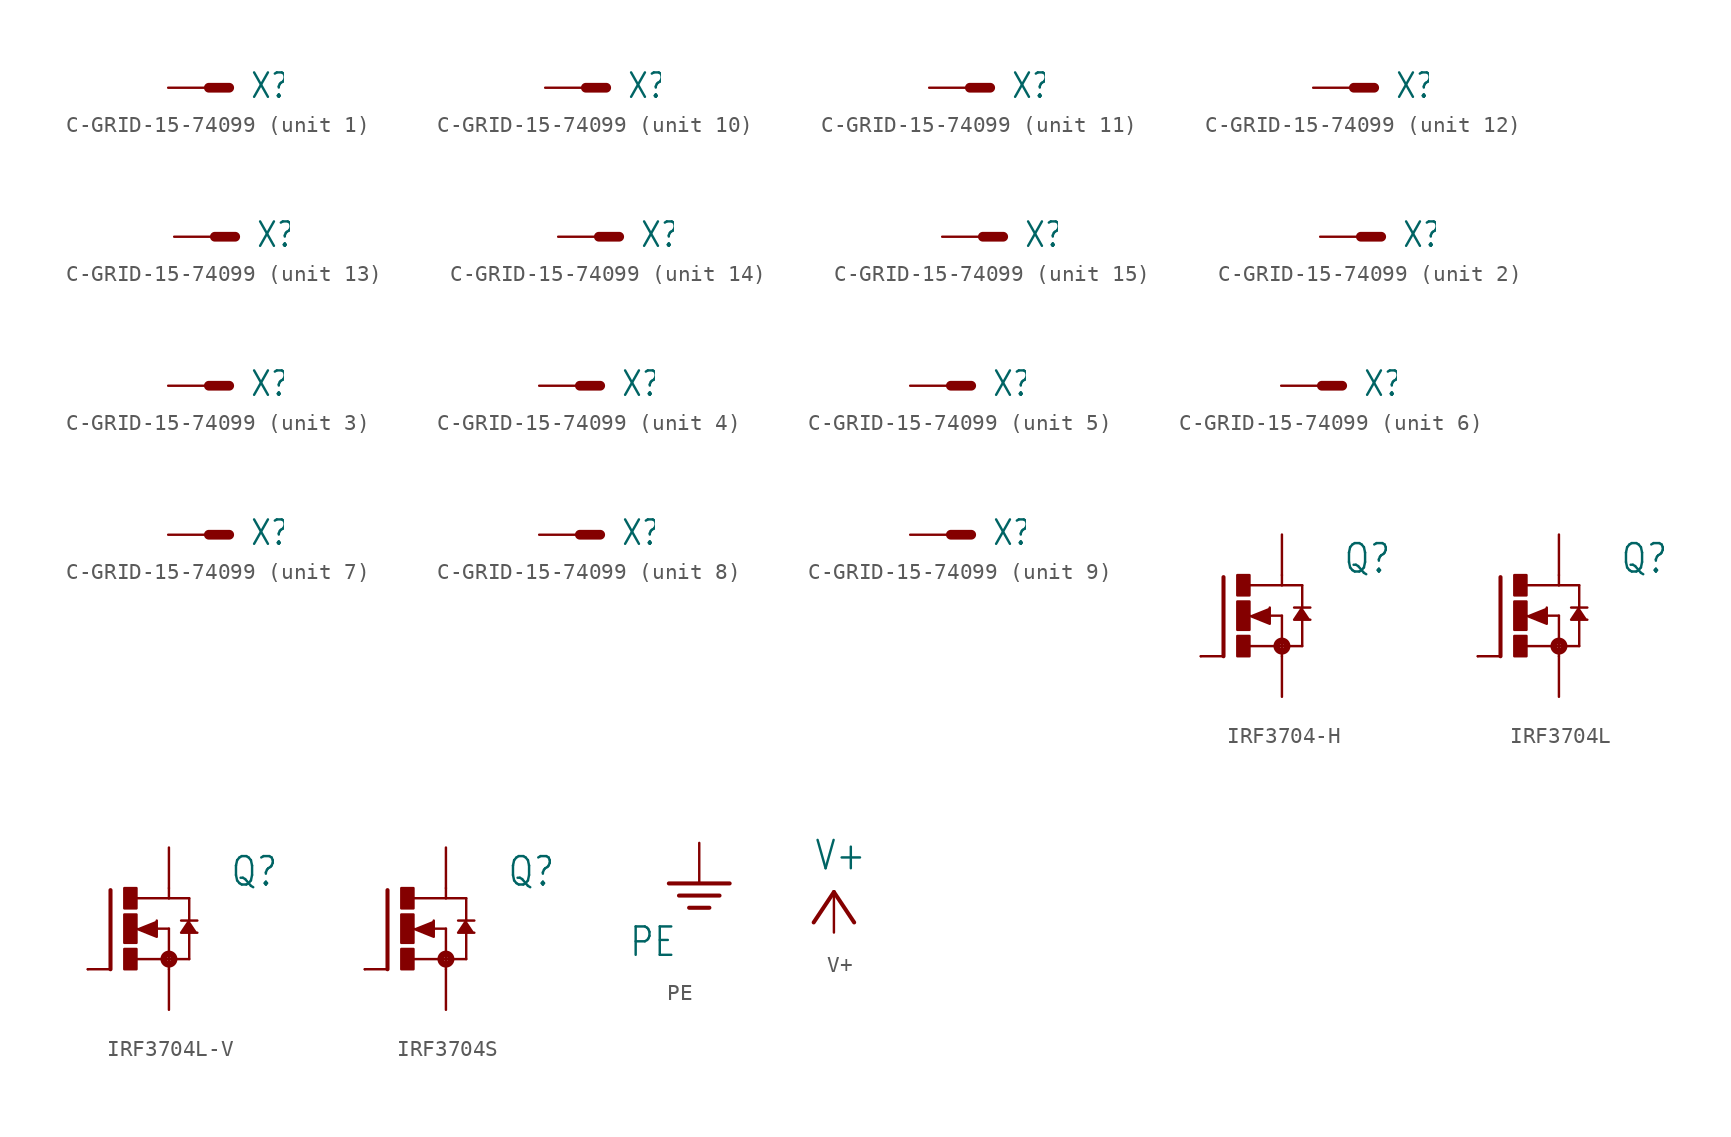
<source format=kicad_sym>
(kicad_symbol_lib
  (version 20220914)
  (generator kicad_symbol_editor)
  (symbol "C-GRID-15-74099"
    (property "Reference" "X"
      (at 2.54 -0.762 0)
      (effects (font (size 1.524 1.295)) (justify left bottom)))
    (property "ki_locked" ""
      (at 0 0 0)
      (effects (font (size 1.27 1.27))))
    (symbol "C-GRID-15-74099_1_0"
      (polyline (pts (xy 1.27 0) (xy 0 0)) (stroke (width 0.61) (type solid)) (fill (type none)))
      (pin passive line (at -2.54 0 0) (length 2.54) (name "S" (effects (font (size 0 0)))) (number "1" (effects (font (size 0 0))))))
    (symbol "C-GRID-15-74099_2_0"
      (polyline (pts (xy 1.27 0) (xy 0 0)) (stroke (width 0.61) (type solid)) (fill (type none)))
      (pin passive line (at -2.54 0 0) (length 2.54) (name "S" (effects (font (size 0 0)))) (number "2" (effects (font (size 0 0))))))
    (symbol "C-GRID-15-74099_3_0"
      (polyline (pts (xy 1.27 0) (xy 0 0)) (stroke (width 0.61) (type solid)) (fill (type none)))
      (pin passive line (at -2.54 0 0) (length 2.54) (name "S" (effects (font (size 0 0)))) (number "3" (effects (font (size 0 0))))))
    (symbol "C-GRID-15-74099_4_0"
      (polyline (pts (xy 1.27 0) (xy 0 0)) (stroke (width 0.61) (type solid)) (fill (type none)))
      (pin passive line (at -2.54 0 0) (length 2.54) (name "S" (effects (font (size 0 0)))) (number "4" (effects (font (size 0 0))))))
    (symbol "C-GRID-15-74099_5_0"
      (polyline (pts (xy 1.27 0) (xy 0 0)) (stroke (width 0.61) (type solid)) (fill (type none)))
      (pin passive line (at -2.54 0 0) (length 2.54) (name "S" (effects (font (size 0 0)))) (number "5" (effects (font (size 0 0))))))
    (symbol "C-GRID-15-74099_6_0"
      (polyline (pts (xy 1.27 0) (xy 0 0)) (stroke (width 0.61) (type solid)) (fill (type none)))
      (pin passive line (at -2.54 0 0) (length 2.54) (name "S" (effects (font (size 0 0)))) (number "6" (effects (font (size 0 0))))))
    (symbol "C-GRID-15-74099_7_0"
      (polyline (pts (xy 1.27 0) (xy 0 0)) (stroke (width 0.61) (type solid)) (fill (type none)))
      (pin passive line (at -2.54 0 0) (length 2.54) (name "S" (effects (font (size 0 0)))) (number "7" (effects (font (size 0 0))))))
    (symbol "C-GRID-15-74099_8_0"
      (polyline (pts (xy 1.27 0) (xy 0 0)) (stroke (width 0.61) (type solid)) (fill (type none)))
      (pin passive line (at -2.54 0 0) (length 2.54) (name "S" (effects (font (size 0 0)))) (number "8" (effects (font (size 0 0))))))
    (symbol "C-GRID-15-74099_9_0"
      (polyline (pts (xy 1.27 0) (xy 0 0)) (stroke (width 0.61) (type solid)) (fill (type none)))
      (pin passive line (at -2.54 0 0) (length 2.54) (name "S" (effects (font (size 0 0)))) (number "9" (effects (font (size 0 0))))))
    (symbol "C-GRID-15-74099_10_0"
      (polyline (pts (xy 1.27 0) (xy 0 0)) (stroke (width 0.61) (type solid)) (fill (type none)))
      (pin passive line (at -2.54 0 0) (length 2.54) (name "S" (effects (font (size 0 0)))) (number "10" (effects (font (size 0 0))))))
    (symbol "C-GRID-15-74099_11_0"
      (polyline (pts (xy 1.27 0) (xy 0 0)) (stroke (width 0.61) (type solid)) (fill (type none)))
      (pin passive line (at -2.54 0 0) (length 2.54) (name "S" (effects (font (size 0 0)))) (number "11" (effects (font (size 0 0))))))
    (symbol "C-GRID-15-74099_12_0"
      (polyline (pts (xy 1.27 0) (xy 0 0)) (stroke (width 0.61) (type solid)) (fill (type none)))
      (pin passive line (at -2.54 0 0) (length 2.54) (name "S" (effects (font (size 0 0)))) (number "12" (effects (font (size 0 0))))))
    (symbol "C-GRID-15-74099_13_0"
      (polyline (pts (xy 1.27 0) (xy 0 0)) (stroke (width 0.61) (type solid)) (fill (type none)))
      (pin passive line (at -2.54 0 0) (length 2.54) (name "S" (effects (font (size 0 0)))) (number "13" (effects (font (size 0 0))))))
    (symbol "C-GRID-15-74099_14_0"
      (polyline (pts (xy 1.27 0) (xy 0 0)) (stroke (width 0.61) (type solid)) (fill (type none)))
      (pin passive line (at -2.54 0 0) (length 2.54) (name "S" (effects (font (size 0 0)))) (number "14" (effects (font (size 0 0))))))
    (symbol "C-GRID-15-74099_15_0"
      (polyline (pts (xy 1.27 0) (xy 0 0)) (stroke (width 0.61) (type solid)) (fill (type none)))
      (pin passive line (at -2.54 0 0) (length 2.54) (name "S" (effects (font (size 0 0)))) (number "15" (effects (font (size 0 0)))))))
  (symbol "IRF3704-H"
    (property "Reference" "Q"
      (at 6.35 2.54 0)
      (effects (font (size 1.778 1.511)) (justify left bottom)))
    (property "Value" ""
      (at 6.35 0 0)
      (effects (font (size 1.778 1.511)) (justify left bottom)))
    (property "ki_locked" ""
      (at 0 0 0)
      (effects (font (size 1.27 1.27))))
    (symbol "IRF3704-H_1_0"
      (rectangle (start -0.254 -2.54) (end 0.508 -1.27) (stroke (width 0) (type default)) (fill (type outline)))
      (rectangle (start -0.254 -0.889) (end 0.508 0.889) (stroke (width 0) (type default)) (fill (type outline)))
      (rectangle (start -0.254 1.27) (end 0.508 2.54) (stroke (width 0) (type default)) (fill (type outline)))
      (polyline (pts (xy -1.118 -2.54) (xy -2.54 -2.54)) (stroke (width 0.152) (type solid)) (fill (type none)))
      (polyline (pts (xy -1.118 2.413) (xy -1.118 -2.54)) (stroke (width 0.254) (type solid)) (fill (type none)))
      (polyline (pts (xy 0.508 -1.905) (xy 2.54 -1.905)) (stroke (width 0.152) (type solid)) (fill (type none)))
      (polyline (pts (xy 1.651 0) (xy 2.54 0)) (stroke (width 0.152) (type solid)) (fill (type none)))
      (polyline (pts (xy 2.54 -1.905) (xy 2.54 -2.54)) (stroke (width 0.152) (type solid)) (fill (type none)))
      (polyline (pts (xy 2.54 0) (xy 2.54 -1.905)) (stroke (width 0.152) (type solid)) (fill (type none)))
      (polyline (pts (xy 2.54 1.905) (xy 0.533 1.905)) (stroke (width 0.152) (type solid)) (fill (type none)))
      (polyline (pts (xy 2.54 2.54) (xy 2.54 1.905)) (stroke (width 0.152) (type solid)) (fill (type none)))
      (polyline (pts (xy 3.302 0.508) (xy 3.81 0.508)) (stroke (width 0.152) (type solid)) (fill (type none)))
      (polyline (pts (xy 3.81 -1.905) (xy 2.54 -1.905)) (stroke (width 0.152) (type solid)) (fill (type none)))
      (polyline (pts (xy 3.81 -1.905) (xy 3.81 -0.127)) (stroke (width 0.152) (type solid)) (fill (type none)))
      (polyline (pts (xy 3.81 0.508) (xy 3.81 1.905)) (stroke (width 0.152) (type solid)) (fill (type none)))
      (polyline (pts (xy 3.81 0.508) (xy 4.318 0.508)) (stroke (width 0.152) (type solid)) (fill (type none)))
      (polyline (pts (xy 3.81 1.905) (xy 2.54 1.905)) (stroke (width 0.152) (type solid)) (fill (type none)))
      (polyline (pts (xy 0.508 0) (xy 1.778 -0.508) (xy 1.778 0.508)) (stroke (width 0.152) (type solid)) (fill (type outline)))
      (polyline (pts (xy 3.81 0.508) (xy 3.302 -0.254) (xy 4.318 -0.254)) (stroke (width 0.152) (type solid)) (fill (type outline)))
      (circle (center 2.54 -1.905) (radius 0.127) (stroke (width 0.406) (type solid)) (fill (type none)))
      (pin passive line (at 2.54 5.08 270) (length 2.54) (name "D" (effects (font (size 0 0)))) (number "D" (effects (font (size 0 0)))))
      (pin passive line (at -2.54 -2.54 0) (length 0) (name "G" (effects (font (size 0 0)))) (number "G" (effects (font (size 0 0)))))
      (pin passive line (at 2.54 -5.08 90) (length 2.54) (name "S" (effects (font (size 0 0)))) (number "S" (effects (font (size 0 0)))))))
  (symbol "IRF3704L"
    (property "Reference" "Q"
      (at 6.35 2.54 0)
      (effects (font (size 1.778 1.511)) (justify left bottom)))
    (property "Value" ""
      (at 6.35 0 0)
      (effects (font (size 1.778 1.511)) (justify left bottom)))
    (property "ki_locked" ""
      (at 0 0 0)
      (effects (font (size 1.27 1.27))))
    (symbol "IRF3704L_1_0"
      (rectangle (start -0.254 -2.54) (end 0.508 -1.27) (stroke (width 0) (type default)) (fill (type outline)))
      (rectangle (start -0.254 -0.889) (end 0.508 0.889) (stroke (width 0) (type default)) (fill (type outline)))
      (rectangle (start -0.254 1.27) (end 0.508 2.54) (stroke (width 0) (type default)) (fill (type outline)))
      (polyline (pts (xy -1.118 -2.54) (xy -2.54 -2.54)) (stroke (width 0.152) (type solid)) (fill (type none)))
      (polyline (pts (xy -1.118 2.413) (xy -1.118 -2.54)) (stroke (width 0.254) (type solid)) (fill (type none)))
      (polyline (pts (xy 0.508 -1.905) (xy 2.54 -1.905)) (stroke (width 0.152) (type solid)) (fill (type none)))
      (polyline (pts (xy 1.651 0) (xy 2.54 0)) (stroke (width 0.152) (type solid)) (fill (type none)))
      (polyline (pts (xy 2.54 -1.905) (xy 2.54 -2.54)) (stroke (width 0.152) (type solid)) (fill (type none)))
      (polyline (pts (xy 2.54 0) (xy 2.54 -1.905)) (stroke (width 0.152) (type solid)) (fill (type none)))
      (polyline (pts (xy 2.54 1.905) (xy 0.533 1.905)) (stroke (width 0.152) (type solid)) (fill (type none)))
      (polyline (pts (xy 2.54 2.54) (xy 2.54 1.905)) (stroke (width 0.152) (type solid)) (fill (type none)))
      (polyline (pts (xy 3.302 0.508) (xy 3.81 0.508)) (stroke (width 0.152) (type solid)) (fill (type none)))
      (polyline (pts (xy 3.81 -1.905) (xy 2.54 -1.905)) (stroke (width 0.152) (type solid)) (fill (type none)))
      (polyline (pts (xy 3.81 -1.905) (xy 3.81 -0.127)) (stroke (width 0.152) (type solid)) (fill (type none)))
      (polyline (pts (xy 3.81 0.508) (xy 3.81 1.905)) (stroke (width 0.152) (type solid)) (fill (type none)))
      (polyline (pts (xy 3.81 0.508) (xy 4.318 0.508)) (stroke (width 0.152) (type solid)) (fill (type none)))
      (polyline (pts (xy 3.81 1.905) (xy 2.54 1.905)) (stroke (width 0.152) (type solid)) (fill (type none)))
      (polyline (pts (xy 0.508 0) (xy 1.778 -0.508) (xy 1.778 0.508)) (stroke (width 0.152) (type solid)) (fill (type outline)))
      (polyline (pts (xy 3.81 0.508) (xy 3.302 -0.254) (xy 4.318 -0.254)) (stroke (width 0.152) (type solid)) (fill (type outline)))
      (circle (center 2.54 -1.905) (radius 0.127) (stroke (width 0.406) (type solid)) (fill (type none)))
      (pin passive line (at -2.54 -2.54 0) (length 0) (name "G" (effects (font (size 0 0)))) (number "1" (effects (font (size 0 0)))))
      (pin passive line (at 2.54 5.08 270) (length 2.54) (name "D" (effects (font (size 0 0)))) (number "2" (effects (font (size 0 0)))))
      (pin passive line (at 2.54 -5.08 90) (length 2.54) (name "S" (effects (font (size 0 0)))) (number "3" (effects (font (size 0 0)))))))
  (symbol "IRF3704L-V"
    (property "Reference" "Q"
      (at 6.35 2.54 0)
      (effects (font (size 1.778 1.511)) (justify left bottom)))
    (property "Value" ""
      (at 6.35 0 0)
      (effects (font (size 1.778 1.511)) (justify left bottom)))
    (property "ki_locked" ""
      (at 0 0 0)
      (effects (font (size 1.27 1.27))))
    (symbol "IRF3704L-V_1_0"
      (rectangle (start -0.254 -2.54) (end 0.508 -1.27) (stroke (width 0) (type default)) (fill (type outline)))
      (rectangle (start -0.254 -0.889) (end 0.508 0.889) (stroke (width 0) (type default)) (fill (type outline)))
      (rectangle (start -0.254 1.27) (end 0.508 2.54) (stroke (width 0) (type default)) (fill (type outline)))
      (polyline (pts (xy -1.118 -2.54) (xy -2.54 -2.54)) (stroke (width 0.152) (type solid)) (fill (type none)))
      (polyline (pts (xy -1.118 2.413) (xy -1.118 -2.54)) (stroke (width 0.254) (type solid)) (fill (type none)))
      (polyline (pts (xy 0.508 -1.905) (xy 2.54 -1.905)) (stroke (width 0.152) (type solid)) (fill (type none)))
      (polyline (pts (xy 1.651 0) (xy 2.54 0)) (stroke (width 0.152) (type solid)) (fill (type none)))
      (polyline (pts (xy 2.54 -1.905) (xy 2.54 -2.54)) (stroke (width 0.152) (type solid)) (fill (type none)))
      (polyline (pts (xy 2.54 0) (xy 2.54 -1.905)) (stroke (width 0.152) (type solid)) (fill (type none)))
      (polyline (pts (xy 2.54 1.905) (xy 0.533 1.905)) (stroke (width 0.152) (type solid)) (fill (type none)))
      (polyline (pts (xy 2.54 2.54) (xy 2.54 1.905)) (stroke (width 0.152) (type solid)) (fill (type none)))
      (polyline (pts (xy 3.302 0.508) (xy 3.81 0.508)) (stroke (width 0.152) (type solid)) (fill (type none)))
      (polyline (pts (xy 3.81 -1.905) (xy 2.54 -1.905)) (stroke (width 0.152) (type solid)) (fill (type none)))
      (polyline (pts (xy 3.81 -1.905) (xy 3.81 -0.127)) (stroke (width 0.152) (type solid)) (fill (type none)))
      (polyline (pts (xy 3.81 0.508) (xy 3.81 1.905)) (stroke (width 0.152) (type solid)) (fill (type none)))
      (polyline (pts (xy 3.81 0.508) (xy 4.318 0.508)) (stroke (width 0.152) (type solid)) (fill (type none)))
      (polyline (pts (xy 3.81 1.905) (xy 2.54 1.905)) (stroke (width 0.152) (type solid)) (fill (type none)))
      (polyline (pts (xy 0.508 0) (xy 1.778 -0.508) (xy 1.778 0.508)) (stroke (width 0.152) (type solid)) (fill (type outline)))
      (polyline (pts (xy 3.81 0.508) (xy 3.302 -0.254) (xy 4.318 -0.254)) (stroke (width 0.152) (type solid)) (fill (type outline)))
      (circle (center 2.54 -1.905) (radius 0.127) (stroke (width 0.406) (type solid)) (fill (type none)))
      (pin passive line (at -2.54 -2.54 0) (length 0) (name "G" (effects (font (size 0 0)))) (number "1" (effects (font (size 0 0)))))
      (pin passive line (at 2.54 5.08 270) (length 2.54) (name "D" (effects (font (size 0 0)))) (number "2" (effects (font (size 0 0)))))
      (pin passive line (at 2.54 -5.08 90) (length 2.54) (name "S" (effects (font (size 0 0)))) (number "3" (effects (font (size 0 0)))))))
  (symbol "IRF3704S"
    (property "Reference" "Q"
      (at 6.35 2.54 0)
      (effects (font (size 1.778 1.511)) (justify left bottom)))
    (property "Value" ""
      (at 6.35 0 0)
      (effects (font (size 1.778 1.511)) (justify left bottom)))
    (property "ki_locked" ""
      (at 0 0 0)
      (effects (font (size 1.27 1.27))))
    (symbol "IRF3704S_1_0"
      (rectangle (start -0.254 -2.54) (end 0.508 -1.27) (stroke (width 0) (type default)) (fill (type outline)))
      (rectangle (start -0.254 -0.889) (end 0.508 0.889) (stroke (width 0) (type default)) (fill (type outline)))
      (rectangle (start -0.254 1.27) (end 0.508 2.54) (stroke (width 0) (type default)) (fill (type outline)))
      (polyline (pts (xy -1.118 -2.54) (xy -2.54 -2.54)) (stroke (width 0.152) (type solid)) (fill (type none)))
      (polyline (pts (xy -1.118 2.413) (xy -1.118 -2.54)) (stroke (width 0.254) (type solid)) (fill (type none)))
      (polyline (pts (xy 0.508 -1.905) (xy 2.54 -1.905)) (stroke (width 0.152) (type solid)) (fill (type none)))
      (polyline (pts (xy 1.651 0) (xy 2.54 0)) (stroke (width 0.152) (type solid)) (fill (type none)))
      (polyline (pts (xy 2.54 -1.905) (xy 2.54 -2.54)) (stroke (width 0.152) (type solid)) (fill (type none)))
      (polyline (pts (xy 2.54 0) (xy 2.54 -1.905)) (stroke (width 0.152) (type solid)) (fill (type none)))
      (polyline (pts (xy 2.54 1.905) (xy 0.533 1.905)) (stroke (width 0.152) (type solid)) (fill (type none)))
      (polyline (pts (xy 2.54 2.54) (xy 2.54 1.905)) (stroke (width 0.152) (type solid)) (fill (type none)))
      (polyline (pts (xy 3.302 0.508) (xy 3.81 0.508)) (stroke (width 0.152) (type solid)) (fill (type none)))
      (polyline (pts (xy 3.81 -1.905) (xy 2.54 -1.905)) (stroke (width 0.152) (type solid)) (fill (type none)))
      (polyline (pts (xy 3.81 -1.905) (xy 3.81 -0.127)) (stroke (width 0.152) (type solid)) (fill (type none)))
      (polyline (pts (xy 3.81 0.508) (xy 3.81 1.905)) (stroke (width 0.152) (type solid)) (fill (type none)))
      (polyline (pts (xy 3.81 0.508) (xy 4.318 0.508)) (stroke (width 0.152) (type solid)) (fill (type none)))
      (polyline (pts (xy 3.81 1.905) (xy 2.54 1.905)) (stroke (width 0.152) (type solid)) (fill (type none)))
      (polyline (pts (xy 0.508 0) (xy 1.778 -0.508) (xy 1.778 0.508)) (stroke (width 0.152) (type solid)) (fill (type outline)))
      (polyline (pts (xy 3.81 0.508) (xy 3.302 -0.254) (xy 4.318 -0.254)) (stroke (width 0.152) (type solid)) (fill (type outline)))
      (circle (center 2.54 -1.905) (radius 0.127) (stroke (width 0.406) (type solid)) (fill (type none)))
      (pin passive line (at -2.54 -2.54 0) (length 0) (name "G" (effects (font (size 0 0)))) (number "1" (effects (font (size 0 0)))))
      (pin passive line (at 2.54 5.08 270) (length 2.54) (name "D" (effects (font (size 0 0)))) (number "2" (effects (font (size 0 0)))))
      (pin passive line (at 2.54 -5.08 90) (length 2.54) (name "S" (effects (font (size 0 0)))) (number "3" (effects (font (size 0 0)))))))
  (symbol "PE"
    (power)
    (property "Reference" "#SUPPLY"
      (at 0 0 0)
      (effects (font (size 1.27 1.27)) hide))
    (property "Value" "PE"
      (at -4.445 -4.699 0)
      (effects (font (size 1.778 1.511)) (justify left bottom)))
    (property "ki_locked" ""
      (at 0 0 0)
      (effects (font (size 1.27 1.27))))
    (symbol "PE_1_0"
      (polyline (pts (xy -1.905 0) (xy 1.905 0)) (stroke (width 0.254) (type solid)) (fill (type none)))
      (polyline (pts (xy -1.27 -0.762) (xy 1.27 -0.762)) (stroke (width 0.254) (type solid)) (fill (type none)))
      (polyline (pts (xy -0.635 -1.524) (xy 0.635 -1.524)) (stroke (width 0.254) (type solid)) (fill (type none)))
      (pin power_in line (at 0 2.54 270) (length 2.54) (name "PE" (effects (font (size 0 0)))) (number "1" (effects (font (size 0 0)))))))
  (symbol "V+"
    (power)
    (property "Reference" "#SUPPLY"
      (at 0 0 0)
      (effects (font (size 1.27 1.27)) hide))
    (property "Value" "V+"
      (at -1.27 1.27 0)
      (effects (font (size 1.778 1.511)) (justify left bottom)))
    (property "ki_locked" ""
      (at 0 0 0)
      (effects (font (size 1.27 1.27))))
    (symbol "V+_1_0"
      (polyline (pts (xy 0 0) (xy -1.27 -1.905)) (stroke (width 0.254) (type solid)) (fill (type none)))
      (polyline (pts (xy 1.27 -1.905) (xy 0 0)) (stroke (width 0.254) (type solid)) (fill (type none)))
      (pin power_in line (at 0 -2.54 90) (length 2.54) (name "V+" (effects (font (size 0 0)))) (number "1" (effects (font (size 0 0))))))))
</source>
